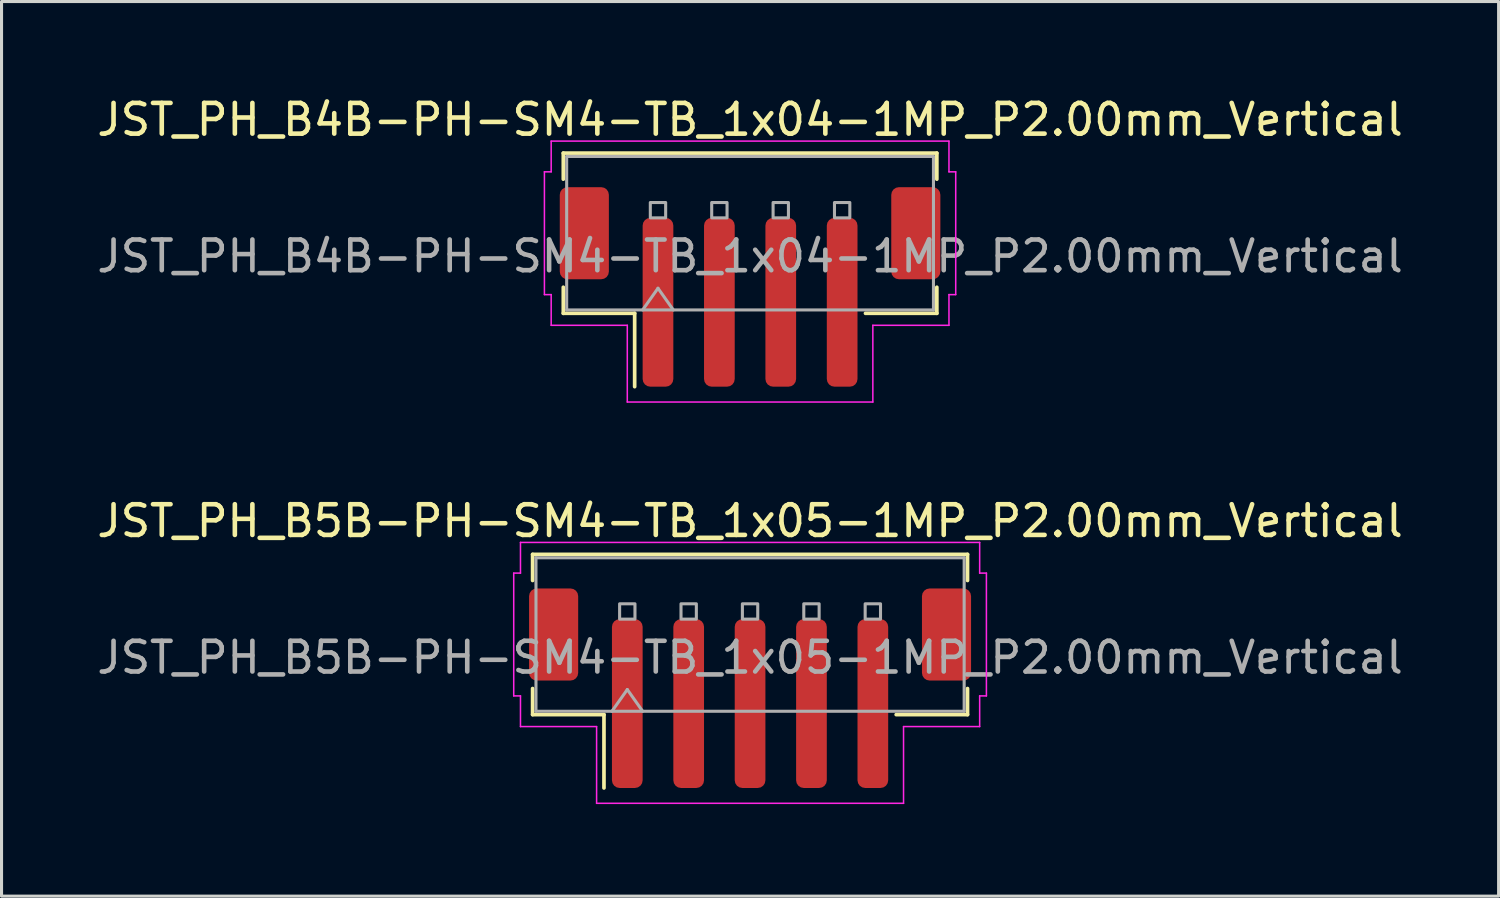
<source format=kicad_pcb>
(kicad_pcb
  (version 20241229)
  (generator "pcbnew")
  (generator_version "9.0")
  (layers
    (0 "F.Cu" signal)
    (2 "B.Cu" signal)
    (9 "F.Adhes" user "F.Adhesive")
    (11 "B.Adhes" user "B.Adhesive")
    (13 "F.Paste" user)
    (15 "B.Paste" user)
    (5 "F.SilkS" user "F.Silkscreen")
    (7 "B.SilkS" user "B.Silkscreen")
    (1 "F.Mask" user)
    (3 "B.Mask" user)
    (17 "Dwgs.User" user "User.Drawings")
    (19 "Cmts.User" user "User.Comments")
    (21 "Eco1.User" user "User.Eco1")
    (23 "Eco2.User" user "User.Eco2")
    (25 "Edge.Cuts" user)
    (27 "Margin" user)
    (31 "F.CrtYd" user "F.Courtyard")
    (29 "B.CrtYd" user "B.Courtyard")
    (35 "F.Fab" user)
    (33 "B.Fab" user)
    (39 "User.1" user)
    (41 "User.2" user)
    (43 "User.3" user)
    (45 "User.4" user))
  (footprint "JST_PH_B5B-PH-SM4-TB_1x05-1MP_P2.00mm_Vertical"
    (layer "F.Cu")
    (at 21.387 19.372)
    (property "Reference" "JST_PH_B5B-PH-SM4-TB_1x05-1MP_P2.00mm_Vertical" (at 0 -5.45 0) (layer "F.SilkS") (effects (font (size 1 1) (thickness 0.15))))
    (attr smd)
    (fp_line (start -7.085 -4.36) (end 7.085 -4.36) (stroke (width 0.12) (type solid)) (layer "F.SilkS"))
    (fp_line (start -7.085 -3.51) (end -7.085 -4.36) (stroke (width 0.12) (type solid)) (layer "F.SilkS"))
    (fp_line (start -7.085 0.01) (end -7.085 0.86) (stroke (width 0.12) (type solid)) (layer "F.SilkS"))
    (fp_line (start -7.085 0.86) (end -4.76 0.86) (stroke (width 0.12) (type solid)) (layer "F.SilkS"))
    (fp_line (start -4.76 0.86) (end -4.76 3.25) (stroke (width 0.12) (type solid)) (layer "F.SilkS"))
    (fp_line (start 7.085 -4.36) (end 7.085 -3.51) (stroke (width 0.12) (type solid)) (layer "F.SilkS"))
    (fp_line (start 7.085 0.01) (end 7.085 0.86) (stroke (width 0.12) (type solid)) (layer "F.SilkS"))
    (fp_line (start 7.085 0.86) (end 4.76 0.86) (stroke (width 0.12) (type solid)) (layer "F.SilkS"))
    (fp_line (start -7.7 -3.75) (end -7.48 -3.75) (stroke (width 0.05) (type solid)) (layer "F.CrtYd"))
    (fp_line (start -7.7 0.25) (end -7.7 -3.75) (stroke (width 0.05) (type solid)) (layer "F.CrtYd"))
    (fp_line (start -7.48 -4.75) (end 7.48 -4.75) (stroke (width 0.05) (type solid)) (layer "F.CrtYd"))
    (fp_line (start -7.48 -3.75) (end -7.48 -4.75) (stroke (width 0.05) (type solid)) (layer "F.CrtYd"))
    (fp_line (start -7.48 0.25) (end -7.7 0.25) (stroke (width 0.05) (type solid)) (layer "F.CrtYd"))
    (fp_line (start -7.48 1.25) (end -7.48 0.25) (stroke (width 0.05) (type solid)) (layer "F.CrtYd"))
    (fp_line (start -5 1.25) (end -7.48 1.25) (stroke (width 0.05) (type solid)) (layer "F.CrtYd"))
    (fp_line (start -5 3.75) (end -5 1.25) (stroke (width 0.05) (type solid)) (layer "F.CrtYd"))
    (fp_line (start 5 1.25) (end 5 3.75) (stroke (width 0.05) (type solid)) (layer "F.CrtYd"))
    (fp_line (start 5 3.75) (end -5 3.75) (stroke (width 0.05) (type solid)) (layer "F.CrtYd"))
    (fp_line (start 7.48 -4.75) (end 7.48 -3.75) (stroke (width 0.05) (type solid)) (layer "F.CrtYd"))
    (fp_line (start 7.48 -3.75) (end 7.7 -3.75) (stroke (width 0.05) (type solid)) (layer "F.CrtYd"))
    (fp_line (start 7.48 0.25) (end 7.48 1.25) (stroke (width 0.05) (type solid)) (layer "F.CrtYd"))
    (fp_line (start 7.48 1.25) (end 5 1.25) (stroke (width 0.05) (type solid)) (layer "F.CrtYd"))
    (fp_line (start 7.7 -3.75) (end 7.7 0.25) (stroke (width 0.05) (type solid)) (layer "F.CrtYd"))
    (fp_line (start 7.7 0.25) (end 7.48 0.25) (stroke (width 0.05) (type solid)) (layer "F.CrtYd"))
    (fp_line (start -6.975 -4.25) (end 6.975 -4.25) (stroke (width 0.1) (type solid)) (layer "F.Fab"))
    (fp_line (start -6.975 0.75) (end -6.975 -4.25) (stroke (width 0.1) (type solid)) (layer "F.Fab"))
    (fp_line (start -6.975 0.75) (end 6.975 0.75) (stroke (width 0.1) (type solid)) (layer "F.Fab"))
    (fp_line (start -4.5 0.75) (end -4 0.043) (stroke (width 0.1) (type solid)) (layer "F.Fab"))
    (fp_line (start -4 0.043) (end -3.5 0.75) (stroke (width 0.1) (type solid)) (layer "F.Fab"))
    (fp_line (start 6.975 0.75) (end 6.975 -4.25) (stroke (width 0.1) (type solid)) (layer "F.Fab"))
    (fp_rect (start -4.25 -2.75) (end -3.75 -2.25) (stroke (width 0.1) (type solid)) (fill no) (layer "F.Fab"))
    (fp_rect (start -2.25 -2.75) (end -1.75 -2.25) (stroke (width 0.1) (type solid)) (fill no) (layer "F.Fab"))
    (fp_rect (start -0.25 -2.75) (end 0.25 -2.25) (stroke (width 0.1) (type solid)) (fill no) (layer "F.Fab"))
    (fp_rect (start 1.75 -2.75) (end 2.25 -2.25) (stroke (width 0.1) (type solid)) (fill no) (layer "F.Fab"))
    (fp_rect (start 3.75 -2.75) (end 4.25 -2.25) (stroke (width 0.1) (type solid)) (fill no) (layer "F.Fab"))
    (fp_text user "${REFERENCE}" (at 0 -1 0) (layer "F.Fab") (effects (font (size 1 1) (thickness 0.15))))
    (pad "1" smd roundrect (at -4 0.5) (size 1 5.5) (layers "F.Cu" "F.Mask" "F.Paste") (roundrect_rratio 0.25))
    (pad "2" smd roundrect (at -2 0.5) (size 1 5.5) (layers "F.Cu" "F.Mask" "F.Paste") (roundrect_rratio 0.25))
    (pad "3" smd roundrect (at 0 0.5) (size 1 5.5) (layers "F.Cu" "F.Mask" "F.Paste") (roundrect_rratio 0.25))
    (pad "4" smd roundrect (at 2 0.5) (size 1 5.5) (layers "F.Cu" "F.Mask" "F.Paste") (roundrect_rratio 0.25))
    (pad "5" smd roundrect (at 4 0.5) (size 1 5.5) (layers "F.Cu" "F.Mask" "F.Paste") (roundrect_rratio 0.25))
    (pad "MP" smd roundrect (at -6.4 -1.75) (size 1.6 3) (layers "F.Cu" "F.Mask" "F.Paste") (roundrect_rratio 0.156))
    (pad "MP" smd roundrect (at 6.4 -1.75) (size 1.6 3) (layers "F.Cu" "F.Mask" "F.Paste") (roundrect_rratio 0.156)))
  (footprint "JST_PH_B4B-PH-SM4-TB_1x04-1MP_P2.00mm_Vertical"
    (layer "F.Cu")
    (at 21.387 6.298)
    (property "Reference" "JST_PH_B4B-PH-SM4-TB_1x04-1MP_P2.00mm_Vertical" (at 0 -5.45 0) (layer "F.SilkS") (effects (font (size 1 1) (thickness 0.15))))
    (attr smd)
    (fp_line (start -6.085 -4.36) (end 6.085 -4.36) (stroke (width 0.12) (type solid)) (layer "F.SilkS"))
    (fp_line (start -6.085 -3.51) (end -6.085 -4.36) (stroke (width 0.12) (type solid)) (layer "F.SilkS"))
    (fp_line (start -6.085 0.01) (end -6.085 0.86) (stroke (width 0.12) (type solid)) (layer "F.SilkS"))
    (fp_line (start -6.085 0.86) (end -3.76 0.86) (stroke (width 0.12) (type solid)) (layer "F.SilkS"))
    (fp_line (start -3.76 0.86) (end -3.76 3.25) (stroke (width 0.12) (type solid)) (layer "F.SilkS"))
    (fp_line (start 6.085 -4.36) (end 6.085 -3.51) (stroke (width 0.12) (type solid)) (layer "F.SilkS"))
    (fp_line (start 6.085 0.01) (end 6.085 0.86) (stroke (width 0.12) (type solid)) (layer "F.SilkS"))
    (fp_line (start 6.085 0.86) (end 3.76 0.86) (stroke (width 0.12) (type solid)) (layer "F.SilkS"))
    (fp_line (start -6.7 -3.75) (end -6.48 -3.75) (stroke (width 0.05) (type solid)) (layer "F.CrtYd"))
    (fp_line (start -6.7 0.25) (end -6.7 -3.75) (stroke (width 0.05) (type solid)) (layer "F.CrtYd"))
    (fp_line (start -6.48 -4.75) (end 6.48 -4.75) (stroke (width 0.05) (type solid)) (layer "F.CrtYd"))
    (fp_line (start -6.48 -3.75) (end -6.48 -4.75) (stroke (width 0.05) (type solid)) (layer "F.CrtYd"))
    (fp_line (start -6.48 0.25) (end -6.7 0.25) (stroke (width 0.05) (type solid)) (layer "F.CrtYd"))
    (fp_line (start -6.48 1.25) (end -6.48 0.25) (stroke (width 0.05) (type solid)) (layer "F.CrtYd"))
    (fp_line (start -4 1.25) (end -6.48 1.25) (stroke (width 0.05) (type solid)) (layer "F.CrtYd"))
    (fp_line (start -4 3.75) (end -4 1.25) (stroke (width 0.05) (type solid)) (layer "F.CrtYd"))
    (fp_line (start 4 1.25) (end 4 3.75) (stroke (width 0.05) (type solid)) (layer "F.CrtYd"))
    (fp_line (start 4 3.75) (end -4 3.75) (stroke (width 0.05) (type solid)) (layer "F.CrtYd"))
    (fp_line (start 6.48 -4.75) (end 6.48 -3.75) (stroke (width 0.05) (type solid)) (layer "F.CrtYd"))
    (fp_line (start 6.48 -3.75) (end 6.7 -3.75) (stroke (width 0.05) (type solid)) (layer "F.CrtYd"))
    (fp_line (start 6.48 0.25) (end 6.48 1.25) (stroke (width 0.05) (type solid)) (layer "F.CrtYd"))
    (fp_line (start 6.48 1.25) (end 4 1.25) (stroke (width 0.05) (type solid)) (layer "F.CrtYd"))
    (fp_line (start 6.7 -3.75) (end 6.7 0.25) (stroke (width 0.05) (type solid)) (layer "F.CrtYd"))
    (fp_line (start 6.7 0.25) (end 6.48 0.25) (stroke (width 0.05) (type solid)) (layer "F.CrtYd"))
    (fp_line (start -5.975 -4.25) (end 5.975 -4.25) (stroke (width 0.1) (type solid)) (layer "F.Fab"))
    (fp_line (start -5.975 0.75) (end -5.975 -4.25) (stroke (width 0.1) (type solid)) (layer "F.Fab"))
    (fp_line (start -5.975 0.75) (end 5.975 0.75) (stroke (width 0.1) (type solid)) (layer "F.Fab"))
    (fp_line (start -3.5 0.75) (end -3 0.043) (stroke (width 0.1) (type solid)) (layer "F.Fab"))
    (fp_line (start -3 0.043) (end -2.5 0.75) (stroke (width 0.1) (type solid)) (layer "F.Fab"))
    (fp_line (start 5.975 0.75) (end 5.975 -4.25) (stroke (width 0.1) (type solid)) (layer "F.Fab"))
    (fp_rect (start -3.25 -2.75) (end -2.75 -2.25) (stroke (width 0.1) (type solid)) (fill no) (layer "F.Fab"))
    (fp_rect (start -1.25 -2.75) (end -0.75 -2.25) (stroke (width 0.1) (type solid)) (fill no) (layer "F.Fab"))
    (fp_rect (start 0.75 -2.75) (end 1.25 -2.25) (stroke (width 0.1) (type solid)) (fill no) (layer "F.Fab"))
    (fp_rect (start 2.75 -2.75) (end 3.25 -2.25) (stroke (width 0.1) (type solid)) (fill no) (layer "F.Fab"))
    (fp_text user "${REFERENCE}" (at 0 -1 0) (layer "F.Fab") (effects (font (size 1 1) (thickness 0.15))))
    (pad "1" smd roundrect (at -3 0.5) (size 1 5.5) (layers "F.Cu" "F.Mask" "F.Paste") (roundrect_rratio 0.25))
    (pad "2" smd roundrect (at -1 0.5) (size 1 5.5) (layers "F.Cu" "F.Mask" "F.Paste") (roundrect_rratio 0.25))
    (pad "3" smd roundrect (at 1 0.5) (size 1 5.5) (layers "F.Cu" "F.Mask" "F.Paste") (roundrect_rratio 0.25))
    (pad "4" smd roundrect (at 3 0.5) (size 1 5.5) (layers "F.Cu" "F.Mask" "F.Paste") (roundrect_rratio 0.25))
    (pad "MP" smd roundrect (at -5.4 -1.75) (size 1.6 3) (layers "F.Cu" "F.Mask" "F.Paste") (roundrect_rratio 0.156))
    (pad "MP" smd roundrect (at 5.4 -1.75) (size 1.6 3) (layers "F.Cu" "F.Mask" "F.Paste") (roundrect_rratio 0.156)))
  (gr_rect
    (start -3 -3)
    (end 45.774 26.146)
    (stroke (width 0.1) (type default))
    (fill no)
    (layer "Edge.Cuts")))
</source>
